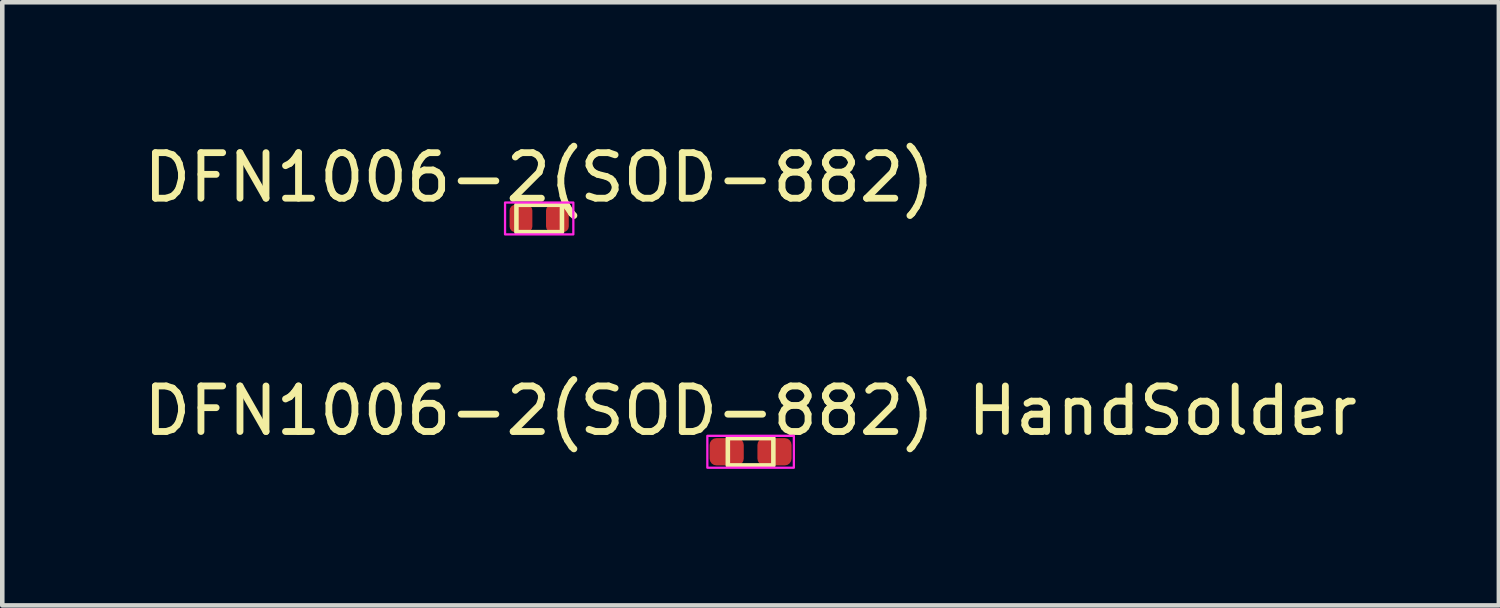
<source format=kicad_pcb>
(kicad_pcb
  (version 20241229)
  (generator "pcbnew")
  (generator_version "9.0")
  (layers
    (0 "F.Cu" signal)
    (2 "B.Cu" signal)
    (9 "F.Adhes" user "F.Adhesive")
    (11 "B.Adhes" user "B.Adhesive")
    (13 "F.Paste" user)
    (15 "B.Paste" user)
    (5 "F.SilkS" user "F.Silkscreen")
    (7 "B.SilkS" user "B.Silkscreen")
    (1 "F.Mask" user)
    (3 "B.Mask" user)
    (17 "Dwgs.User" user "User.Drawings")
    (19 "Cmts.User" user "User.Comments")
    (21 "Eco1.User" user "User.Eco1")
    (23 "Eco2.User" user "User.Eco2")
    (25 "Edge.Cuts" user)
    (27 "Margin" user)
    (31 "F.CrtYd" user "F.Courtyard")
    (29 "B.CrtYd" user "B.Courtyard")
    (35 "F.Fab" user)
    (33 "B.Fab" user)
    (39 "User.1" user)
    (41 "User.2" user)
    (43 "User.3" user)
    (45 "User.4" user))
  (footprint "DFN1006-2(SOD-882) HandSolder"
    (layer "F.Cu")
    (at 13.435 6.872)
    (property "Reference" "DFN1006-2(SOD-882) HandSolder" (at 0 -0.9 0) (unlocked yes) (layer "F.SilkS") (effects (font (size 1 1) (thickness 0.15))))
    (attr smd)
    (fp_rect (start -0.5 -0.3) (end 0.5 0.3) (stroke (width 0.1) (type default)) (fill no) (layer "F.SilkS"))
    (fp_rect (start -0.95 -0.35) (end 0.95 0.35) (stroke (width 0.05) (type default)) (fill no) (layer "F.CrtYd"))
    (pad "1" smd roundrect (at 0.525 0) (size 0.75 0.6) (layers "F.Cu" "F.Mask" "F.Paste") (roundrect_rratio 0.25))
    (pad "2" smd roundrect (at -0.525 0) (size 0.75 0.6) (layers "F.Cu" "F.Mask" "F.Paste") (roundrect_rratio 0.25)))
  (footprint "DFN1006-2(SOD-882)"
    (layer "F.Cu")
    (at 8.792 1.748)
    (property "Reference" "DFN1006-2(SOD-882)" (at 0 -0.9 0) (unlocked yes) (layer "F.SilkS") (effects (font (size 1 1) (thickness 0.15))))
    (attr smd)
    (fp_rect (start -0.5 -0.3) (end 0.5 0.3) (stroke (width 0.1) (type default)) (fill no) (layer "F.SilkS"))
    (fp_rect (start -0.75 -0.35) (end 0.75 0.35) (stroke (width 0.05) (type default)) (fill no) (layer "F.CrtYd"))
    (pad "1" smd roundrect (at 0.4 0) (size 0.5 0.6) (layers "F.Cu" "F.Mask" "F.Paste") (roundrect_rratio 0.25))
    (pad "2" smd roundrect (at -0.4 0) (size 0.5 0.6) (layers "F.Cu" "F.Mask" "F.Paste") (roundrect_rratio 0.25)))
  (gr_rect
    (start -3 -3)
    (end 29.869 10.246)
    (stroke (width 0.1) (type default))
    (fill no)
    (layer "Edge.Cuts")))
</source>
